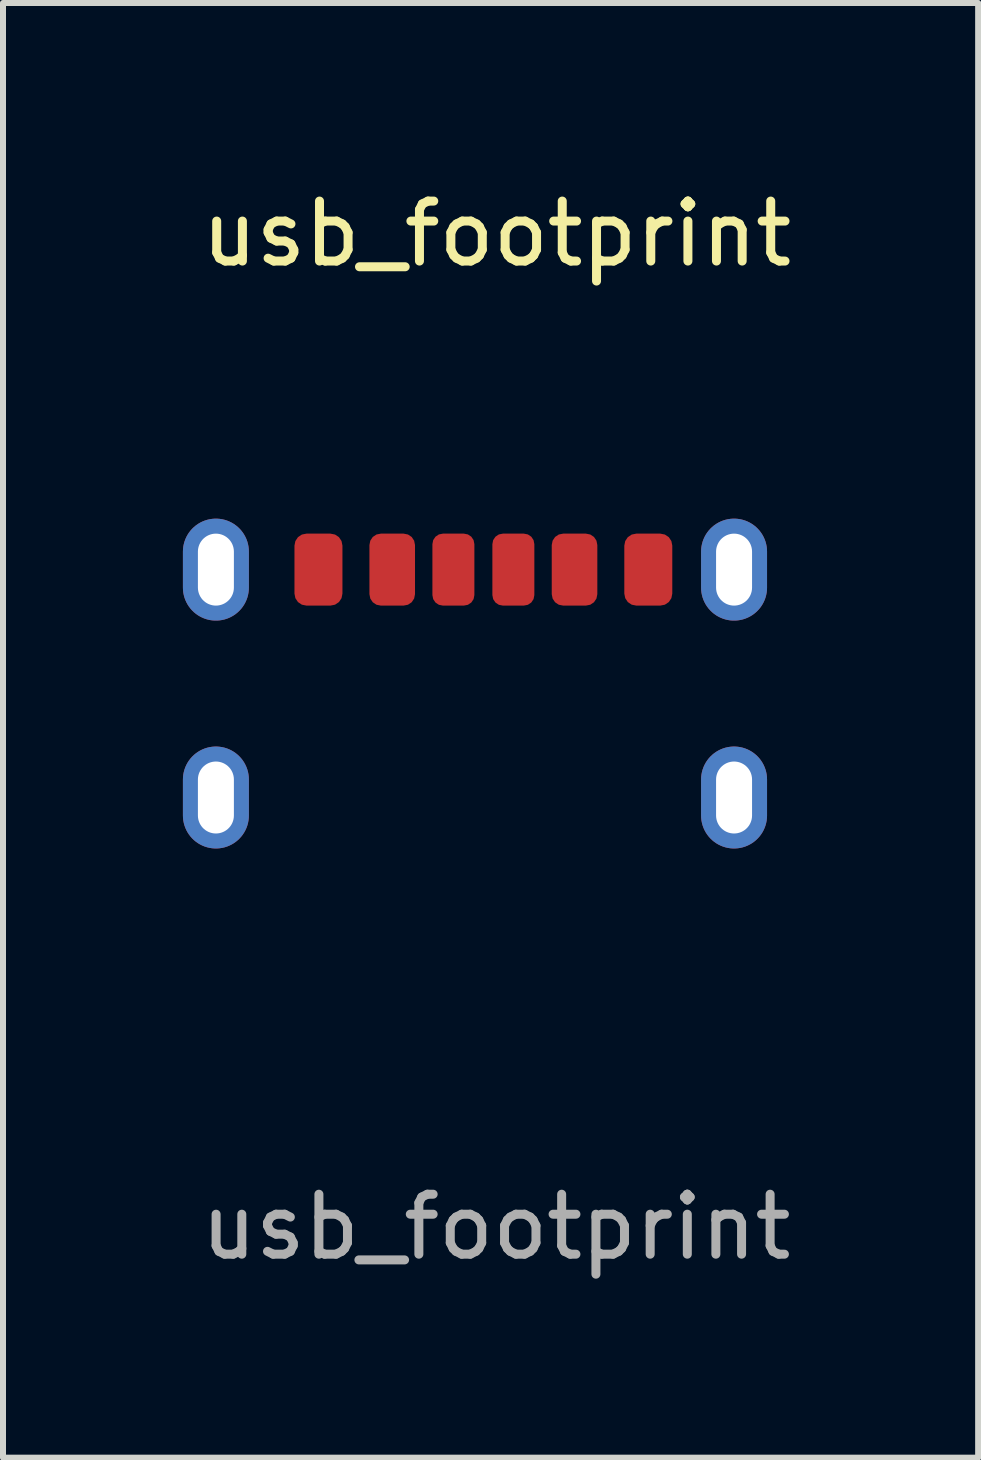
<source format=kicad_pcb>
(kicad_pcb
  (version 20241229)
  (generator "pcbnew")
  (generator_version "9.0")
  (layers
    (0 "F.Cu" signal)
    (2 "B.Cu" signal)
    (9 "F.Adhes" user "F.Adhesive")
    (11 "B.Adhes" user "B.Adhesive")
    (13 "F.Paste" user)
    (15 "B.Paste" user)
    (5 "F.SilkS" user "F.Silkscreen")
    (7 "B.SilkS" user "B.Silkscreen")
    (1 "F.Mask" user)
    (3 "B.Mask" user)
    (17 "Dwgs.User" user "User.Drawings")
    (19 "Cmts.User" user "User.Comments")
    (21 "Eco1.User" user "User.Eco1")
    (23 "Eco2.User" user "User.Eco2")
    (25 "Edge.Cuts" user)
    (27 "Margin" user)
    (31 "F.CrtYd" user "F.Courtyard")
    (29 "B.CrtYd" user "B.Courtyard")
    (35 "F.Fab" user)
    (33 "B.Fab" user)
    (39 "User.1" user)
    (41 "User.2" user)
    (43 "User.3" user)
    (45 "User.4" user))
  (footprint "usb_footprint"
    (layer "F.Cu")
    (at 5.19 6.448)
    (property "Reference" "usb_footprint" (at 0.04 -5.6 0) (unlocked yes) (layer "F.SilkS") (effects (font (size 1 1) (thickness 0.15))))
    (attr smd)
    (fp_text user "${REFERENCE}" (at 0.03 10.96 0) (unlocked yes) (layer "F.Fab") (effects (font (size 1 1) (thickness 0.15))))
    (pad "A5" smd roundrect (at -0.68 0 90) (size 1.2 0.7) (layers "F.Cu" "F.Mask" "F.Paste") (roundrect_rratio 0.25))
    (pad "A9" smd roundrect (at 1.34 0 90) (size 1.2 0.76) (layers "F.Cu" "F.Mask" "F.Paste") (roundrect_rratio 0.25))
    (pad "A12" smd roundrect (at 2.57 0 90) (size 1.2 0.8) (layers "F.Cu" "F.Mask" "F.Paste") (roundrect_rratio 0.25))
    (pad "B5" smd roundrect (at 0.32 0 90) (size 1.2 0.7) (layers "F.Cu" "F.Mask" "F.Paste") (roundrect_rratio 0.25))
    (pad "B9" smd roundrect (at -1.7 0 90) (size 1.2 0.76) (layers "F.Cu" "F.Mask" "F.Paste") (roundrect_rratio 0.25))
    (pad "B12" smd roundrect (at -2.93 0 90) (size 1.2 0.8) (layers "F.Cu" "F.Mask" "F.Paste") (roundrect_rratio 0.25))
    (pad "S1" thru_hole oval (at -4.64 0 90) (size 1.7 1.1) (drill oval 1.2 0.6) (layers "*.Cu" "*.Mask"))
    (pad "S1" thru_hole oval (at -4.64 3.8 90) (size 1.7 1.1) (drill oval 1.2 0.6) (layers "*.Cu" "*.Mask"))
    (pad "S1" thru_hole oval (at 4 0 90) (size 1.7 1.1) (drill oval 1.2 0.6) (layers "*.Cu" "*.Mask"))
    (pad "S1" thru_hole oval (at 4 3.8 90) (size 1.7 1.1) (drill oval 1.2 0.6) (layers "*.Cu" "*.Mask")))
  (gr_rect
    (start -3 -3)
    (end 13.26 21.256)
    (stroke (width 0.1) (type default))
    (fill no)
    (layer "Edge.Cuts")))
</source>
